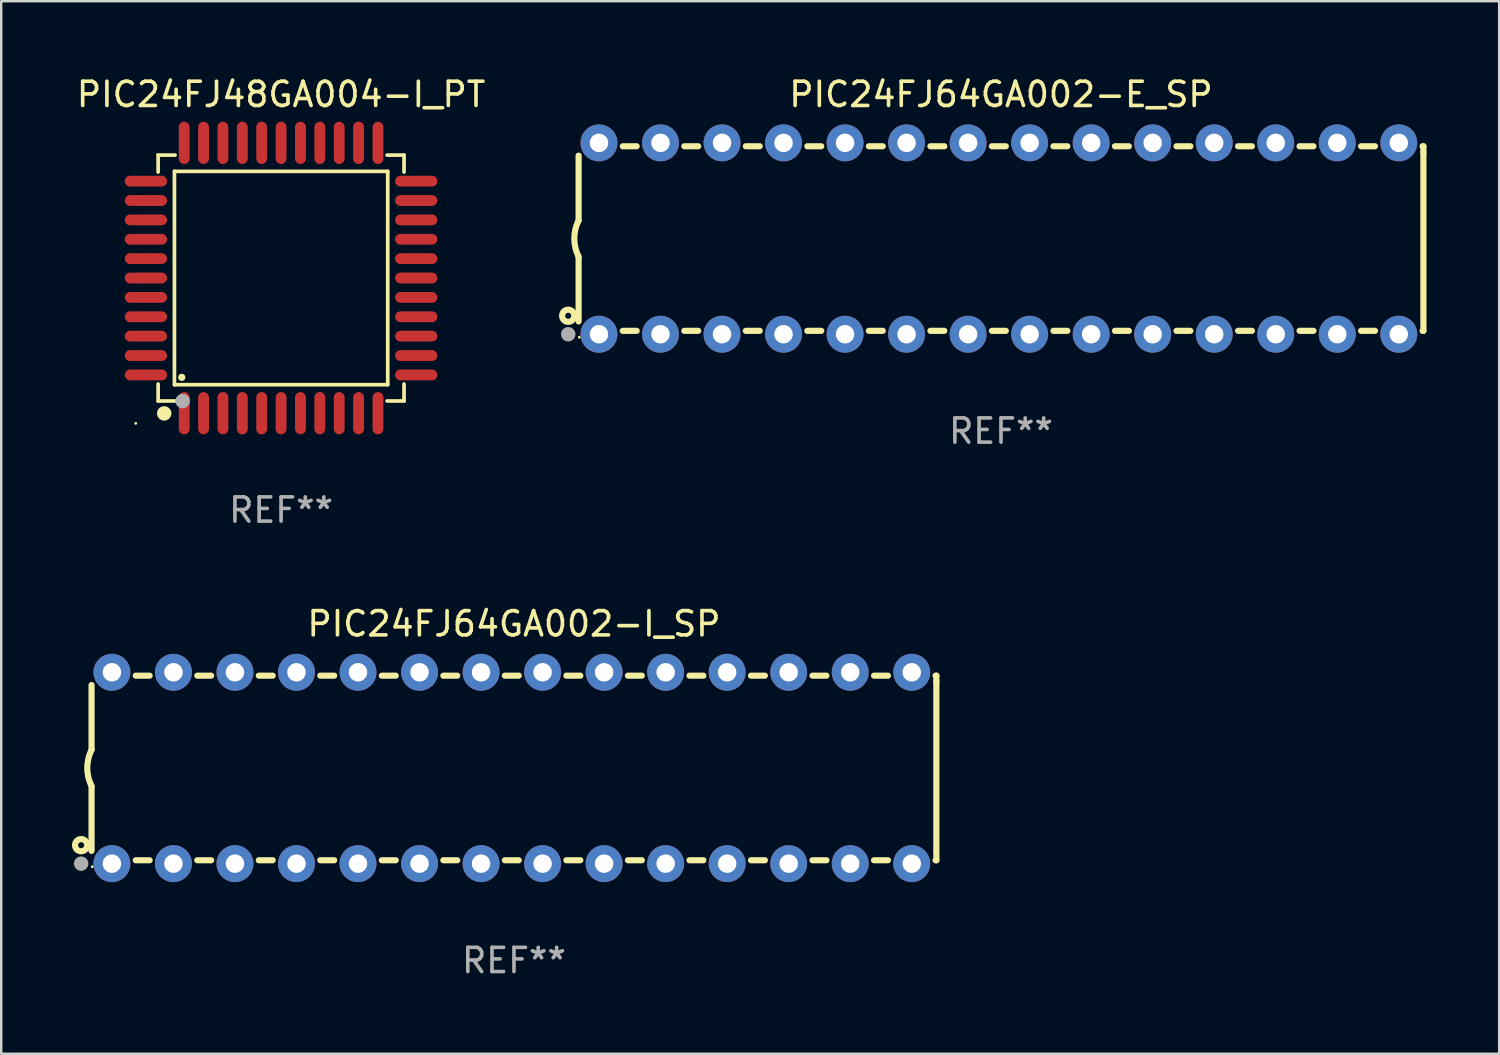
<source format=kicad_pcb>
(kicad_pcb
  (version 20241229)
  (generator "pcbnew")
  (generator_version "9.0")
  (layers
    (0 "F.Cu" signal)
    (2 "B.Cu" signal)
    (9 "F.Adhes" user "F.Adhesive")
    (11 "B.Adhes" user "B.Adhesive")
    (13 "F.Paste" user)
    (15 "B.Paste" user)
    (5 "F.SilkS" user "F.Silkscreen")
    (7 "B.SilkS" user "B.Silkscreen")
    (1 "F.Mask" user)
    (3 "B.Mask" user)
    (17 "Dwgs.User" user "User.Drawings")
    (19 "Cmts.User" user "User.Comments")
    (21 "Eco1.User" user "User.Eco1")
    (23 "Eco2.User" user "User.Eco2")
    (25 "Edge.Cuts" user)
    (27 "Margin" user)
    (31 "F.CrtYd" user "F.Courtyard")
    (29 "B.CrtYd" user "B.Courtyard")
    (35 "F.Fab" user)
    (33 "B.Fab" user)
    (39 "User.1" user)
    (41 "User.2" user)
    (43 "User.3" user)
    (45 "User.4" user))
  (footprint "PIC24FJ64GA002-E_SP"
    (layer "F.Cu")
    (at 38.275 6.798)
    (property "Reference" "PIC24FJ64GA002-E_SP" (at 0 -5.95 0) (layer "F.SilkS") (effects (font (size 1 1) (thickness 0.15))))
    (attr through_hole)
    (fp_line (start -17.438 0.75) (end -17.438 3.423) (stroke (width 0.254) (type solid)) (layer "F.SilkS"))
    (fp_line (start -17.438 -3.423) (end -17.438 -0.75) (stroke (width 0.254) (type solid)) (layer "F.SilkS"))
    (fp_line (start -15.615 3.81) (end -15.041 3.81) (stroke (width 0.254) (type solid)) (layer "F.SilkS"))
    (fp_line (start -15.041 -3.81) (end -15.614 -3.81) (stroke (width 0.254) (type solid)) (layer "F.SilkS"))
    (fp_line (start -13.075 3.81) (end -12.501 3.81) (stroke (width 0.254) (type solid)) (layer "F.SilkS"))
    (fp_line (start -12.501 -3.81) (end -13.074 -3.81) (stroke (width 0.254) (type solid)) (layer "F.SilkS"))
    (fp_line (start -10.535 3.81) (end -9.961 3.81) (stroke (width 0.254) (type solid)) (layer "F.SilkS"))
    (fp_line (start -9.961 -3.81) (end -10.534 -3.81) (stroke (width 0.254) (type solid)) (layer "F.SilkS"))
    (fp_line (start -7.995 3.81) (end -7.421 3.81) (stroke (width 0.254) (type solid)) (layer "F.SilkS"))
    (fp_line (start -7.421 -3.81) (end -7.995 -3.81) (stroke (width 0.254) (type solid)) (layer "F.SilkS"))
    (fp_line (start -5.455 3.81) (end -4.881 3.81) (stroke (width 0.254) (type solid)) (layer "F.SilkS"))
    (fp_line (start -4.881 -3.81) (end -5.455 -3.81) (stroke (width 0.254) (type solid)) (layer "F.SilkS"))
    (fp_line (start -2.915 3.81) (end -2.341 3.81) (stroke (width 0.254) (type solid)) (layer "F.SilkS"))
    (fp_line (start -2.341 -3.81) (end -2.915 -3.81) (stroke (width 0.254) (type solid)) (layer "F.SilkS"))
    (fp_line (start -0.375 3.81) (end 0.199 3.81) (stroke (width 0.254) (type solid)) (layer "F.SilkS"))
    (fp_line (start 0.199 -3.81) (end -0.375 -3.81) (stroke (width 0.254) (type solid)) (layer "F.SilkS"))
    (fp_line (start 2.165 3.81) (end 2.739 3.81) (stroke (width 0.254) (type solid)) (layer "F.SilkS"))
    (fp_line (start 2.739 -3.81) (end 2.165 -3.81) (stroke (width 0.254) (type solid)) (layer "F.SilkS"))
    (fp_line (start 4.705 3.81) (end 5.279 3.81) (stroke (width 0.254) (type solid)) (layer "F.SilkS"))
    (fp_line (start 5.279 -3.81) (end 4.705 -3.81) (stroke (width 0.254) (type solid)) (layer "F.SilkS"))
    (fp_line (start 7.245 3.81) (end 7.819 3.81) (stroke (width 0.254) (type solid)) (layer "F.SilkS"))
    (fp_line (start 7.819 -3.81) (end 7.245 -3.81) (stroke (width 0.254) (type solid)) (layer "F.SilkS"))
    (fp_line (start 9.785 3.81) (end 10.359 3.81) (stroke (width 0.254) (type solid)) (layer "F.SilkS"))
    (fp_line (start 10.359 -3.81) (end 9.785 -3.81) (stroke (width 0.254) (type solid)) (layer "F.SilkS"))
    (fp_line (start 12.325 3.81) (end 12.899 3.81) (stroke (width 0.254) (type solid)) (layer "F.SilkS"))
    (fp_line (start 12.899 -3.81) (end 12.325 -3.81) (stroke (width 0.254) (type solid)) (layer "F.SilkS"))
    (fp_line (start 14.865 3.81) (end 15.439 3.81) (stroke (width 0.254) (type solid)) (layer "F.SilkS"))
    (fp_line (start 15.439 -3.81) (end 14.865 -3.81) (stroke (width 0.254) (type solid)) (layer "F.SilkS"))
    (fp_line (start 17.405 3.81) (end 17.438 3.81) (stroke (width 0.254) (type solid)) (layer "F.SilkS"))
    (fp_line (start 17.438 -3.81) (end 17.405 -3.81) (stroke (width 0.254) (type solid)) (layer "F.SilkS"))
    (fp_line (start 17.438 -3.556) (end 17.438 -3.81) (stroke (width 0.254) (type solid)) (layer "F.SilkS"))
    (fp_line (start 17.438 3.81) (end 17.438 -3.556) (stroke (width 0.254) (type solid)) (layer "F.SilkS"))
    (fp_arc (start -17.437986 0.749657) (mid -17.614887 -0.000024) (end -17.437783 -0.749657) (stroke (width 0.254001) (type solid)) (layer "F.SilkS"))
    (fp_circle (center -17.868 3.188) (end -17.743 3.188) (stroke (width 0.254) (type solid)) (fill no) (layer "F.SilkS"))
    (fp_circle (center -17.411 4.077) (end -17.381 4.077) (stroke (width 0.06) (type solid)) (fill no) (layer "F.SilkS"))
    (fp_circle (center -17.868 3.95) (end -17.718 3.95) (stroke (width 0.3) (type solid)) (fill no) (layer "F.Fab"))
    (fp_text user "REF**" (at 0 7.95 0) (layer "F.Fab") (effects (font (size 1 1) (thickness 0.15))))
    (pad "1" thru_hole circle (at -16.598 3.95) (size 1.524 1.524) (drill 0.762) (layers "*.Cu" "*.Mask"))
    (pad "2" thru_hole circle (at -14.058 3.95) (size 1.524 1.524) (drill 0.762) (layers "*.Cu" "*.Mask"))
    (pad "3" thru_hole circle (at -11.518 3.95) (size 1.524 1.524) (drill 0.762) (layers "*.Cu" "*.Mask"))
    (pad "4" thru_hole circle (at -8.978 3.95) (size 1.524 1.524) (drill 0.762) (layers "*.Cu" "*.Mask"))
    (pad "5" thru_hole circle (at -6.438 3.95) (size 1.524 1.524) (drill 0.762) (layers "*.Cu" "*.Mask"))
    (pad "6" thru_hole circle (at -3.898 3.95) (size 1.524 1.524) (drill 0.762) (layers "*.Cu" "*.Mask"))
    (pad "7" thru_hole circle (at -1.358 3.95) (size 1.524 1.524) (drill 0.762) (layers "*.Cu" "*.Mask"))
    (pad "8" thru_hole circle (at 1.182 3.95) (size 1.524 1.524) (drill 0.762) (layers "*.Cu" "*.Mask"))
    (pad "9" thru_hole circle (at 3.722 3.95) (size 1.524 1.524) (drill 0.762) (layers "*.Cu" "*.Mask"))
    (pad "10" thru_hole circle (at 6.262 3.95) (size 1.524 1.524) (drill 0.762) (layers "*.Cu" "*.Mask"))
    (pad "11" thru_hole circle (at 8.802 3.95) (size 1.524 1.524) (drill 0.762) (layers "*.Cu" "*.Mask"))
    (pad "12" thru_hole circle (at 11.342 3.95) (size 1.524 1.524) (drill 0.762) (layers "*.Cu" "*.Mask"))
    (pad "13" thru_hole circle (at 13.882 3.95) (size 1.524 1.524) (drill 0.762) (layers "*.Cu" "*.Mask"))
    (pad "14" thru_hole circle (at 16.422 3.95) (size 1.524 1.524) (drill 0.762) (layers "*.Cu" "*.Mask"))
    (pad "15" thru_hole circle (at 16.422 -3.95) (size 1.524 1.524) (drill 0.762) (layers "*.Cu" "*.Mask"))
    (pad "16" thru_hole circle (at 13.882 -3.95) (size 1.524 1.524) (drill 0.762) (layers "*.Cu" "*.Mask"))
    (pad "17" thru_hole circle (at 11.342 -3.95) (size 1.524 1.524) (drill 0.762) (layers "*.Cu" "*.Mask"))
    (pad "18" thru_hole circle (at 8.802 -3.95) (size 1.524 1.524) (drill 0.762) (layers "*.Cu" "*.Mask"))
    (pad "19" thru_hole circle (at 6.262 -3.95) (size 1.524 1.524) (drill 0.762) (layers "*.Cu" "*.Mask"))
    (pad "20" thru_hole circle (at 3.722 -3.95) (size 1.524 1.524) (drill 0.762) (layers "*.Cu" "*.Mask"))
    (pad "21" thru_hole circle (at 1.182 -3.95) (size 1.524 1.524) (drill 0.762) (layers "*.Cu" "*.Mask"))
    (pad "22" thru_hole circle (at -1.358 -3.95) (size 1.524 1.524) (drill 0.762) (layers "*.Cu" "*.Mask"))
    (pad "23" thru_hole circle (at -3.898 -3.95) (size 1.524 1.524) (drill 0.762) (layers "*.Cu" "*.Mask"))
    (pad "24" thru_hole circle (at -6.438 -3.95) (size 1.524 1.524) (drill 0.762) (layers "*.Cu" "*.Mask"))
    (pad "25" thru_hole circle (at -8.978 -3.95) (size 1.524 1.524) (drill 0.762) (layers "*.Cu" "*.Mask"))
    (pad "26" thru_hole circle (at -11.517 -3.95) (size 1.524 1.524) (drill 0.762) (layers "*.Cu" "*.Mask"))
    (pad "27" thru_hole circle (at -14.057 -3.95) (size 1.524 1.524) (drill 0.762) (layers "*.Cu" "*.Mask"))
    (pad "28" thru_hole circle (at -16.597 -3.95) (size 1.524 1.524) (drill 0.762) (layers "*.Cu" "*.Mask")))
  (footprint "PIC24FJ64GA002-I_SP"
    (layer "F.Cu")
    (at 18.168 28.654)
    (property "Reference" "PIC24FJ64GA002-I_SP" (at 0 -5.95 0) (layer "F.SilkS") (effects (font (size 1 1) (thickness 0.15))))
    (attr through_hole)
    (fp_line (start -17.438 0.75) (end -17.438 3.423) (stroke (width 0.254) (type solid)) (layer "F.SilkS"))
    (fp_line (start -17.438 -3.423) (end -17.438 -0.75) (stroke (width 0.254) (type solid)) (layer "F.SilkS"))
    (fp_line (start -15.615 3.81) (end -15.041 3.81) (stroke (width 0.254) (type solid)) (layer "F.SilkS"))
    (fp_line (start -15.041 -3.81) (end -15.614 -3.81) (stroke (width 0.254) (type solid)) (layer "F.SilkS"))
    (fp_line (start -13.075 3.81) (end -12.501 3.81) (stroke (width 0.254) (type solid)) (layer "F.SilkS"))
    (fp_line (start -12.501 -3.81) (end -13.074 -3.81) (stroke (width 0.254) (type solid)) (layer "F.SilkS"))
    (fp_line (start -10.535 3.81) (end -9.961 3.81) (stroke (width 0.254) (type solid)) (layer "F.SilkS"))
    (fp_line (start -9.961 -3.81) (end -10.534 -3.81) (stroke (width 0.254) (type solid)) (layer "F.SilkS"))
    (fp_line (start -7.995 3.81) (end -7.421 3.81) (stroke (width 0.254) (type solid)) (layer "F.SilkS"))
    (fp_line (start -7.421 -3.81) (end -7.995 -3.81) (stroke (width 0.254) (type solid)) (layer "F.SilkS"))
    (fp_line (start -5.455 3.81) (end -4.881 3.81) (stroke (width 0.254) (type solid)) (layer "F.SilkS"))
    (fp_line (start -4.881 -3.81) (end -5.455 -3.81) (stroke (width 0.254) (type solid)) (layer "F.SilkS"))
    (fp_line (start -2.915 3.81) (end -2.341 3.81) (stroke (width 0.254) (type solid)) (layer "F.SilkS"))
    (fp_line (start -2.341 -3.81) (end -2.915 -3.81) (stroke (width 0.254) (type solid)) (layer "F.SilkS"))
    (fp_line (start -0.375 3.81) (end 0.199 3.81) (stroke (width 0.254) (type solid)) (layer "F.SilkS"))
    (fp_line (start 0.199 -3.81) (end -0.375 -3.81) (stroke (width 0.254) (type solid)) (layer "F.SilkS"))
    (fp_line (start 2.165 3.81) (end 2.739 3.81) (stroke (width 0.254) (type solid)) (layer "F.SilkS"))
    (fp_line (start 2.739 -3.81) (end 2.165 -3.81) (stroke (width 0.254) (type solid)) (layer "F.SilkS"))
    (fp_line (start 4.705 3.81) (end 5.279 3.81) (stroke (width 0.254) (type solid)) (layer "F.SilkS"))
    (fp_line (start 5.279 -3.81) (end 4.705 -3.81) (stroke (width 0.254) (type solid)) (layer "F.SilkS"))
    (fp_line (start 7.245 3.81) (end 7.819 3.81) (stroke (width 0.254) (type solid)) (layer "F.SilkS"))
    (fp_line (start 7.819 -3.81) (end 7.245 -3.81) (stroke (width 0.254) (type solid)) (layer "F.SilkS"))
    (fp_line (start 9.785 3.81) (end 10.359 3.81) (stroke (width 0.254) (type solid)) (layer "F.SilkS"))
    (fp_line (start 10.359 -3.81) (end 9.785 -3.81) (stroke (width 0.254) (type solid)) (layer "F.SilkS"))
    (fp_line (start 12.325 3.81) (end 12.899 3.81) (stroke (width 0.254) (type solid)) (layer "F.SilkS"))
    (fp_line (start 12.899 -3.81) (end 12.325 -3.81) (stroke (width 0.254) (type solid)) (layer "F.SilkS"))
    (fp_line (start 14.865 3.81) (end 15.439 3.81) (stroke (width 0.254) (type solid)) (layer "F.SilkS"))
    (fp_line (start 15.439 -3.81) (end 14.865 -3.81) (stroke (width 0.254) (type solid)) (layer "F.SilkS"))
    (fp_line (start 17.405 3.81) (end 17.438 3.81) (stroke (width 0.254) (type solid)) (layer "F.SilkS"))
    (fp_line (start 17.438 -3.81) (end 17.405 -3.81) (stroke (width 0.254) (type solid)) (layer "F.SilkS"))
    (fp_line (start 17.438 -3.556) (end 17.438 -3.81) (stroke (width 0.254) (type solid)) (layer "F.SilkS"))
    (fp_line (start 17.438 3.81) (end 17.438 -3.556) (stroke (width 0.254) (type solid)) (layer "F.SilkS"))
    (fp_arc (start -17.437986 0.749657) (mid -17.614887 -0.000024) (end -17.437783 -0.749657) (stroke (width 0.254001) (type solid)) (layer "F.SilkS"))
    (fp_circle (center -17.868 3.188) (end -17.743 3.188) (stroke (width 0.254) (type solid)) (fill no) (layer "F.SilkS"))
    (fp_circle (center -17.411 4.077) (end -17.381 4.077) (stroke (width 0.06) (type solid)) (fill no) (layer "F.SilkS"))
    (fp_circle (center -17.868 3.95) (end -17.718 3.95) (stroke (width 0.3) (type solid)) (fill no) (layer "F.Fab"))
    (fp_text user "REF**" (at 0 7.95 0) (layer "F.Fab") (effects (font (size 1 1) (thickness 0.15))))
    (pad "1" thru_hole circle (at -16.598 3.95) (size 1.524 1.524) (drill 0.762) (layers "*.Cu" "*.Mask"))
    (pad "2" thru_hole circle (at -14.058 3.95) (size 1.524 1.524) (drill 0.762) (layers "*.Cu" "*.Mask"))
    (pad "3" thru_hole circle (at -11.518 3.95) (size 1.524 1.524) (drill 0.762) (layers "*.Cu" "*.Mask"))
    (pad "4" thru_hole circle (at -8.978 3.95) (size 1.524 1.524) (drill 0.762) (layers "*.Cu" "*.Mask"))
    (pad "5" thru_hole circle (at -6.438 3.95) (size 1.524 1.524) (drill 0.762) (layers "*.Cu" "*.Mask"))
    (pad "6" thru_hole circle (at -3.898 3.95) (size 1.524 1.524) (drill 0.762) (layers "*.Cu" "*.Mask"))
    (pad "7" thru_hole circle (at -1.358 3.95) (size 1.524 1.524) (drill 0.762) (layers "*.Cu" "*.Mask"))
    (pad "8" thru_hole circle (at 1.182 3.95) (size 1.524 1.524) (drill 0.762) (layers "*.Cu" "*.Mask"))
    (pad "9" thru_hole circle (at 3.722 3.95) (size 1.524 1.524) (drill 0.762) (layers "*.Cu" "*.Mask"))
    (pad "10" thru_hole circle (at 6.262 3.95) (size 1.524 1.524) (drill 0.762) (layers "*.Cu" "*.Mask"))
    (pad "11" thru_hole circle (at 8.802 3.95) (size 1.524 1.524) (drill 0.762) (layers "*.Cu" "*.Mask"))
    (pad "12" thru_hole circle (at 11.342 3.95) (size 1.524 1.524) (drill 0.762) (layers "*.Cu" "*.Mask"))
    (pad "13" thru_hole circle (at 13.882 3.95) (size 1.524 1.524) (drill 0.762) (layers "*.Cu" "*.Mask"))
    (pad "14" thru_hole circle (at 16.422 3.95) (size 1.524 1.524) (drill 0.762) (layers "*.Cu" "*.Mask"))
    (pad "15" thru_hole circle (at 16.422 -3.95) (size 1.524 1.524) (drill 0.762) (layers "*.Cu" "*.Mask"))
    (pad "16" thru_hole circle (at 13.882 -3.95) (size 1.524 1.524) (drill 0.762) (layers "*.Cu" "*.Mask"))
    (pad "17" thru_hole circle (at 11.342 -3.95) (size 1.524 1.524) (drill 0.762) (layers "*.Cu" "*.Mask"))
    (pad "18" thru_hole circle (at 8.802 -3.95) (size 1.524 1.524) (drill 0.762) (layers "*.Cu" "*.Mask"))
    (pad "19" thru_hole circle (at 6.262 -3.95) (size 1.524 1.524) (drill 0.762) (layers "*.Cu" "*.Mask"))
    (pad "20" thru_hole circle (at 3.722 -3.95) (size 1.524 1.524) (drill 0.762) (layers "*.Cu" "*.Mask"))
    (pad "21" thru_hole circle (at 1.182 -3.95) (size 1.524 1.524) (drill 0.762) (layers "*.Cu" "*.Mask"))
    (pad "22" thru_hole circle (at -1.358 -3.95) (size 1.524 1.524) (drill 0.762) (layers "*.Cu" "*.Mask"))
    (pad "23" thru_hole circle (at -3.898 -3.95) (size 1.524 1.524) (drill 0.762) (layers "*.Cu" "*.Mask"))
    (pad "24" thru_hole circle (at -6.438 -3.95) (size 1.524 1.524) (drill 0.762) (layers "*.Cu" "*.Mask"))
    (pad "25" thru_hole circle (at -8.978 -3.95) (size 1.524 1.524) (drill 0.762) (layers "*.Cu" "*.Mask"))
    (pad "26" thru_hole circle (at -11.517 -3.95) (size 1.524 1.524) (drill 0.762) (layers "*.Cu" "*.Mask"))
    (pad "27" thru_hole circle (at -14.057 -3.95) (size 1.524 1.524) (drill 0.762) (layers "*.Cu" "*.Mask"))
    (pad "28" thru_hole circle (at -16.597 -3.95) (size 1.524 1.524) (drill 0.762) (layers "*.Cu" "*.Mask")))
  (footprint "PIC24FJ48GA004-I_PT"
    (layer "F.Cu")
    (at 8.554 8.428)
    (property "Reference" "PIC24FJ48GA004-I_PT" (at 0 -7.58 0) (layer "F.SilkS") (effects (font (size 1 1) (thickness 0.15))))
    (attr through_hole)
    (fp_line (start -5.076 -5.076) (end -5.076 -4.376) (stroke (width 0.152) (type solid)) (layer "F.SilkS"))
    (fp_line (start -5.076 5.076) (end -5.076 4.376) (stroke (width 0.152) (type solid)) (layer "F.SilkS"))
    (fp_line (start -4.403 -4.403) (end 4.403 -4.403) (stroke (width 0.152) (type solid)) (layer "F.SilkS"))
    (fp_line (start -4.403 4.403) (end -4.403 -4.403) (stroke (width 0.152) (type solid)) (layer "F.SilkS"))
    (fp_line (start -4.376 -5.076) (end -5.076 -5.076) (stroke (width 0.152) (type solid)) (layer "F.SilkS"))
    (fp_line (start -4.376 5.076) (end -5.076 5.076) (stroke (width 0.152) (type solid)) (layer "F.SilkS"))
    (fp_line (start 4.376 -5.076) (end 5.076 -5.076) (stroke (width 0.152) (type solid)) (layer "F.SilkS"))
    (fp_line (start 4.376 5.076) (end 5.076 5.076) (stroke (width 0.152) (type solid)) (layer "F.SilkS"))
    (fp_line (start 4.403 -4.403) (end 4.403 4.403) (stroke (width 0.152) (type solid)) (layer "F.SilkS"))
    (fp_line (start 4.403 4.403) (end -4.403 4.403) (stroke (width 0.152) (type solid)) (layer "F.SilkS"))
    (fp_line (start 5.076 -5.076) (end 5.076 -4.376) (stroke (width 0.152) (type solid)) (layer "F.SilkS"))
    (fp_line (start 5.076 5.076) (end 5.076 4.376) (stroke (width 0.152) (type solid)) (layer "F.SilkS"))
    (fp_circle (center -6 6) (end -5.97 6) (stroke (width 0.06) (type solid)) (fill no) (layer "F.SilkS"))
    (fp_circle (center -4.826 5.588) (end -4.676 5.588) (stroke (width 0.3) (type solid)) (fill no) (layer "F.SilkS"))
    (fp_circle (center -4.1 4.1) (end -4.025 4.1) (stroke (width 0.15) (type solid)) (fill no) (layer "F.SilkS"))
    (fp_circle (center -4.064 5.08) (end -3.914 5.08) (stroke (width 0.3) (type solid)) (fill no) (layer "F.Fab"))
    (fp_text user "REF**" (at 0 9.58 0) (layer "F.Fab") (effects (font (size 1 1) (thickness 0.15))))
    (pad "1" smd oval (at -4 5.58) (size 0.448 1.745) (layers "F.Cu" "F.Mask" "F.Paste"))
    (pad "2" smd oval (at -3.2 5.58) (size 0.448 1.745) (layers "F.Cu" "F.Mask" "F.Paste"))
    (pad "3" smd oval (at -2.4 5.58) (size 0.448 1.745) (layers "F.Cu" "F.Mask" "F.Paste"))
    (pad "4" smd oval (at -1.6 5.58) (size 0.448 1.745) (layers "F.Cu" "F.Mask" "F.Paste"))
    (pad "5" smd oval (at -0.8 5.58) (size 0.448 1.745) (layers "F.Cu" "F.Mask" "F.Paste"))
    (pad "6" smd oval (at 0 5.58) (size 0.448 1.745) (layers "F.Cu" "F.Mask" "F.Paste"))
    (pad "7" smd oval (at 0.8 5.58) (size 0.448 1.745) (layers "F.Cu" "F.Mask" "F.Paste"))
    (pad "8" smd oval (at 1.6 5.58) (size 0.448 1.745) (layers "F.Cu" "F.Mask" "F.Paste"))
    (pad "9" smd oval (at 2.4 5.58) (size 0.448 1.745) (layers "F.Cu" "F.Mask" "F.Paste"))
    (pad "10" smd oval (at 3.2 5.58) (size 0.448 1.745) (layers "F.Cu" "F.Mask" "F.Paste"))
    (pad "11" smd oval (at 4 5.58) (size 0.448 1.745) (layers "F.Cu" "F.Mask" "F.Paste"))
    (pad "12" smd oval (at 5.58 4) (size 1.745 0.448) (layers "F.Cu" "F.Mask" "F.Paste"))
    (pad "13" smd oval (at 5.58 3.2) (size 1.745 0.448) (layers "F.Cu" "F.Mask" "F.Paste"))
    (pad "14" smd oval (at 5.58 2.4) (size 1.745 0.448) (layers "F.Cu" "F.Mask" "F.Paste"))
    (pad "15" smd oval (at 5.58 1.6) (size 1.745 0.448) (layers "F.Cu" "F.Mask" "F.Paste"))
    (pad "16" smd oval (at 5.58 0.8) (size 1.745 0.448) (layers "F.Cu" "F.Mask" "F.Paste"))
    (pad "17" smd oval (at 5.58 0) (size 1.745 0.448) (layers "F.Cu" "F.Mask" "F.Paste"))
    (pad "18" smd oval (at 5.58 -0.8) (size 1.745 0.448) (layers "F.Cu" "F.Mask" "F.Paste"))
    (pad "19" smd oval (at 5.58 -1.6) (size 1.745 0.448) (layers "F.Cu" "F.Mask" "F.Paste"))
    (pad "20" smd oval (at 5.58 -2.4) (size 1.745 0.448) (layers "F.Cu" "F.Mask" "F.Paste"))
    (pad "21" smd oval (at 5.58 -3.2) (size 1.745 0.448) (layers "F.Cu" "F.Mask" "F.Paste"))
    (pad "22" smd oval (at 5.58 -4) (size 1.745 0.448) (layers "F.Cu" "F.Mask" "F.Paste"))
    (pad "23" smd oval (at 4 -5.58) (size 0.448 1.745) (layers "F.Cu" "F.Mask" "F.Paste"))
    (pad "24" smd oval (at 3.2 -5.58) (size 0.448 1.745) (layers "F.Cu" "F.Mask" "F.Paste"))
    (pad "25" smd oval (at 2.4 -5.58) (size 0.448 1.745) (layers "F.Cu" "F.Mask" "F.Paste"))
    (pad "26" smd oval (at 1.6 -5.58) (size 0.448 1.745) (layers "F.Cu" "F.Mask" "F.Paste"))
    (pad "27" smd oval (at 0.8 -5.58) (size 0.448 1.745) (layers "F.Cu" "F.Mask" "F.Paste"))
    (pad "28" smd oval (at 0 -5.58) (size 0.448 1.745) (layers "F.Cu" "F.Mask" "F.Paste"))
    (pad "29" smd oval (at -0.8 -5.58) (size 0.448 1.745) (layers "F.Cu" "F.Mask" "F.Paste"))
    (pad "30" smd oval (at -1.6 -5.58) (size 0.448 1.745) (layers "F.Cu" "F.Mask" "F.Paste"))
    (pad "31" smd oval (at -2.4 -5.58) (size 0.448 1.745) (layers "F.Cu" "F.Mask" "F.Paste"))
    (pad "32" smd oval (at -3.2 -5.58) (size 0.448 1.745) (layers "F.Cu" "F.Mask" "F.Paste"))
    (pad "33" smd oval (at -4 -5.58) (size 0.448 1.745) (layers "F.Cu" "F.Mask" "F.Paste"))
    (pad "34" smd oval (at -5.58 -4) (size 1.745 0.448) (layers "F.Cu" "F.Mask" "F.Paste"))
    (pad "35" smd oval (at -5.58 -3.2) (size 1.745 0.448) (layers "F.Cu" "F.Mask" "F.Paste"))
    (pad "36" smd oval (at -5.58 -2.4) (size 1.745 0.448) (layers "F.Cu" "F.Mask" "F.Paste"))
    (pad "37" smd oval (at -5.58 -1.6) (size 1.745 0.448) (layers "F.Cu" "F.Mask" "F.Paste"))
    (pad "38" smd oval (at -5.58 -0.8) (size 1.745 0.448) (layers "F.Cu" "F.Mask" "F.Paste"))
    (pad "39" smd oval (at -5.58 0) (size 1.745 0.448) (layers "F.Cu" "F.Mask" "F.Paste"))
    (pad "40" smd oval (at -5.58 0.8) (size 1.745 0.448) (layers "F.Cu" "F.Mask" "F.Paste"))
    (pad "41" smd oval (at -5.58 1.6) (size 1.745 0.448) (layers "F.Cu" "F.Mask" "F.Paste"))
    (pad "42" smd oval (at -5.58 2.4) (size 1.745 0.448) (layers "F.Cu" "F.Mask" "F.Paste"))
    (pad "43" smd oval (at -5.58 3.2) (size 1.745 0.448) (layers "F.Cu" "F.Mask" "F.Paste"))
    (pad "44" smd oval (at -5.58 4) (size 1.745 0.448) (layers "F.Cu" "F.Mask" "F.Paste")))
  (gr_rect
    (start -3 -3)
    (end 58.84 40.453)
    (stroke (width 0.1) (type default))
    (fill no)
    (layer "Edge.Cuts")))
</source>
